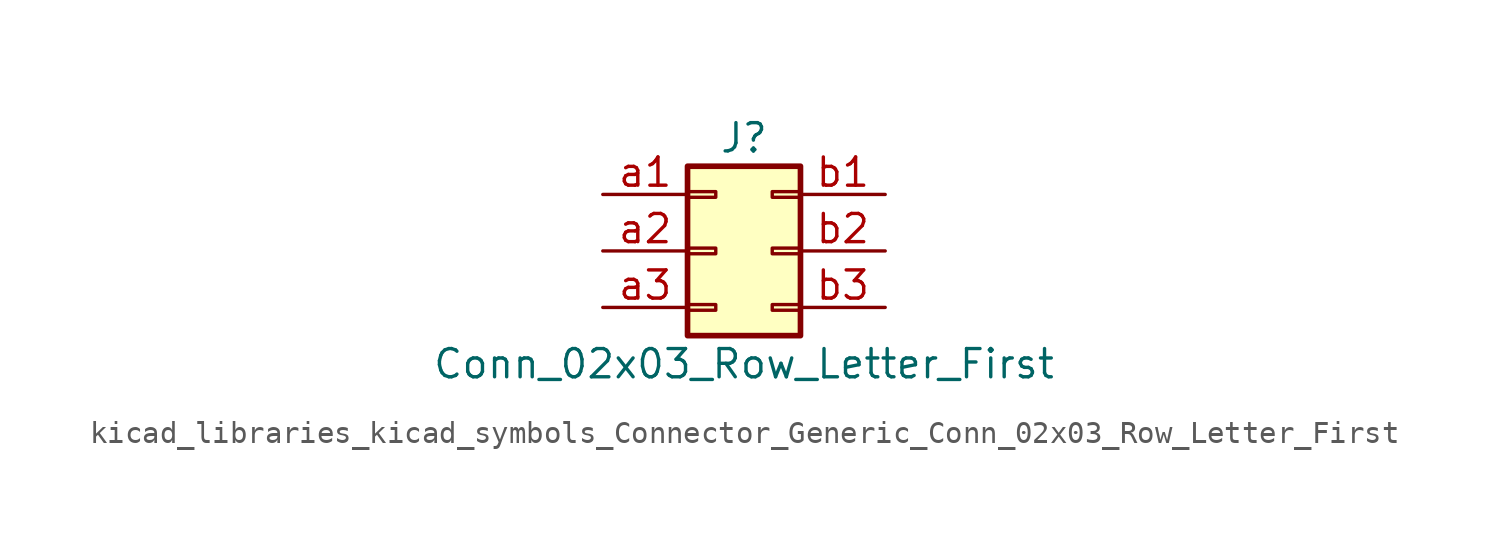
<source format=kicad_sym>
(kicad_symbol_lib
  (version 20220914)
  (generator kicad_symbol_editor)
  (symbol "kicad_libraries_kicad_symbols_Connector_Generic_Conn_02x03_Row_Letter_First"
    (pin_names
      (offset 1.016) hide)
    (property "Reference" "J"
      (at 1.27 5.08 0)
      (effects (font (size 1.27 1.27))))
    (property "Value" "Conn_02x03_Row_Letter_First"
      (at 1.27 -5.08 0)
      (effects (font (size 1.27 1.27))))
    (symbol "kicad_libraries_kicad_symbols_Connector_Generic_Conn_02x03_Row_Letter_First_1_1"
      (rectangle (start -1.27 -2.413) (end 0 -2.667) (stroke (width 0.152) (type default)) (fill (type none)))
      (rectangle (start -1.27 0.127) (end 0 -0.127) (stroke (width 0.152) (type default)) (fill (type none)))
      (rectangle (start -1.27 2.667) (end 0 2.413) (stroke (width 0.152) (type default)) (fill (type none)))
      (rectangle (start -1.27 3.81) (end 3.81 -3.81) (stroke (width 0.254) (type default)) (fill (type background)))
      (rectangle (start 3.81 -2.413) (end 2.54 -2.667) (stroke (width 0.152) (type default)) (fill (type none)))
      (rectangle (start 3.81 0.127) (end 2.54 -0.127) (stroke (width 0.152) (type default)) (fill (type none)))
      (rectangle (start 3.81 2.667) (end 2.54 2.413) (stroke (width 0.152) (type default)) (fill (type none)))
      (pin passive line (at -5.08 2.54 0) (length 3.81) (name "Pin_a1" (effects (font (size 1.27 1.27)))) (number "a1" (effects (font (size 1.27 1.27)))))
      (pin passive line (at -5.08 0 0) (length 3.81) (name "Pin_a2" (effects (font (size 1.27 1.27)))) (number "a2" (effects (font (size 1.27 1.27)))))
      (pin passive line (at -5.08 -2.54 0) (length 3.81) (name "Pin_a3" (effects (font (size 1.27 1.27)))) (number "a3" (effects (font (size 1.27 1.27)))))
      (pin passive line (at 7.62 2.54 180) (length 3.81) (name "Pin_b1" (effects (font (size 1.27 1.27)))) (number "b1" (effects (font (size 1.27 1.27)))))
      (pin passive line (at 7.62 0 180) (length 3.81) (name "Pin_b2" (effects (font (size 1.27 1.27)))) (number "b2" (effects (font (size 1.27 1.27)))))
      (pin passive line (at 7.62 -2.54 180) (length 3.81) (name "Pin_b3" (effects (font (size 1.27 1.27)))) (number "b3" (effects (font (size 1.27 1.27))))))))
</source>
